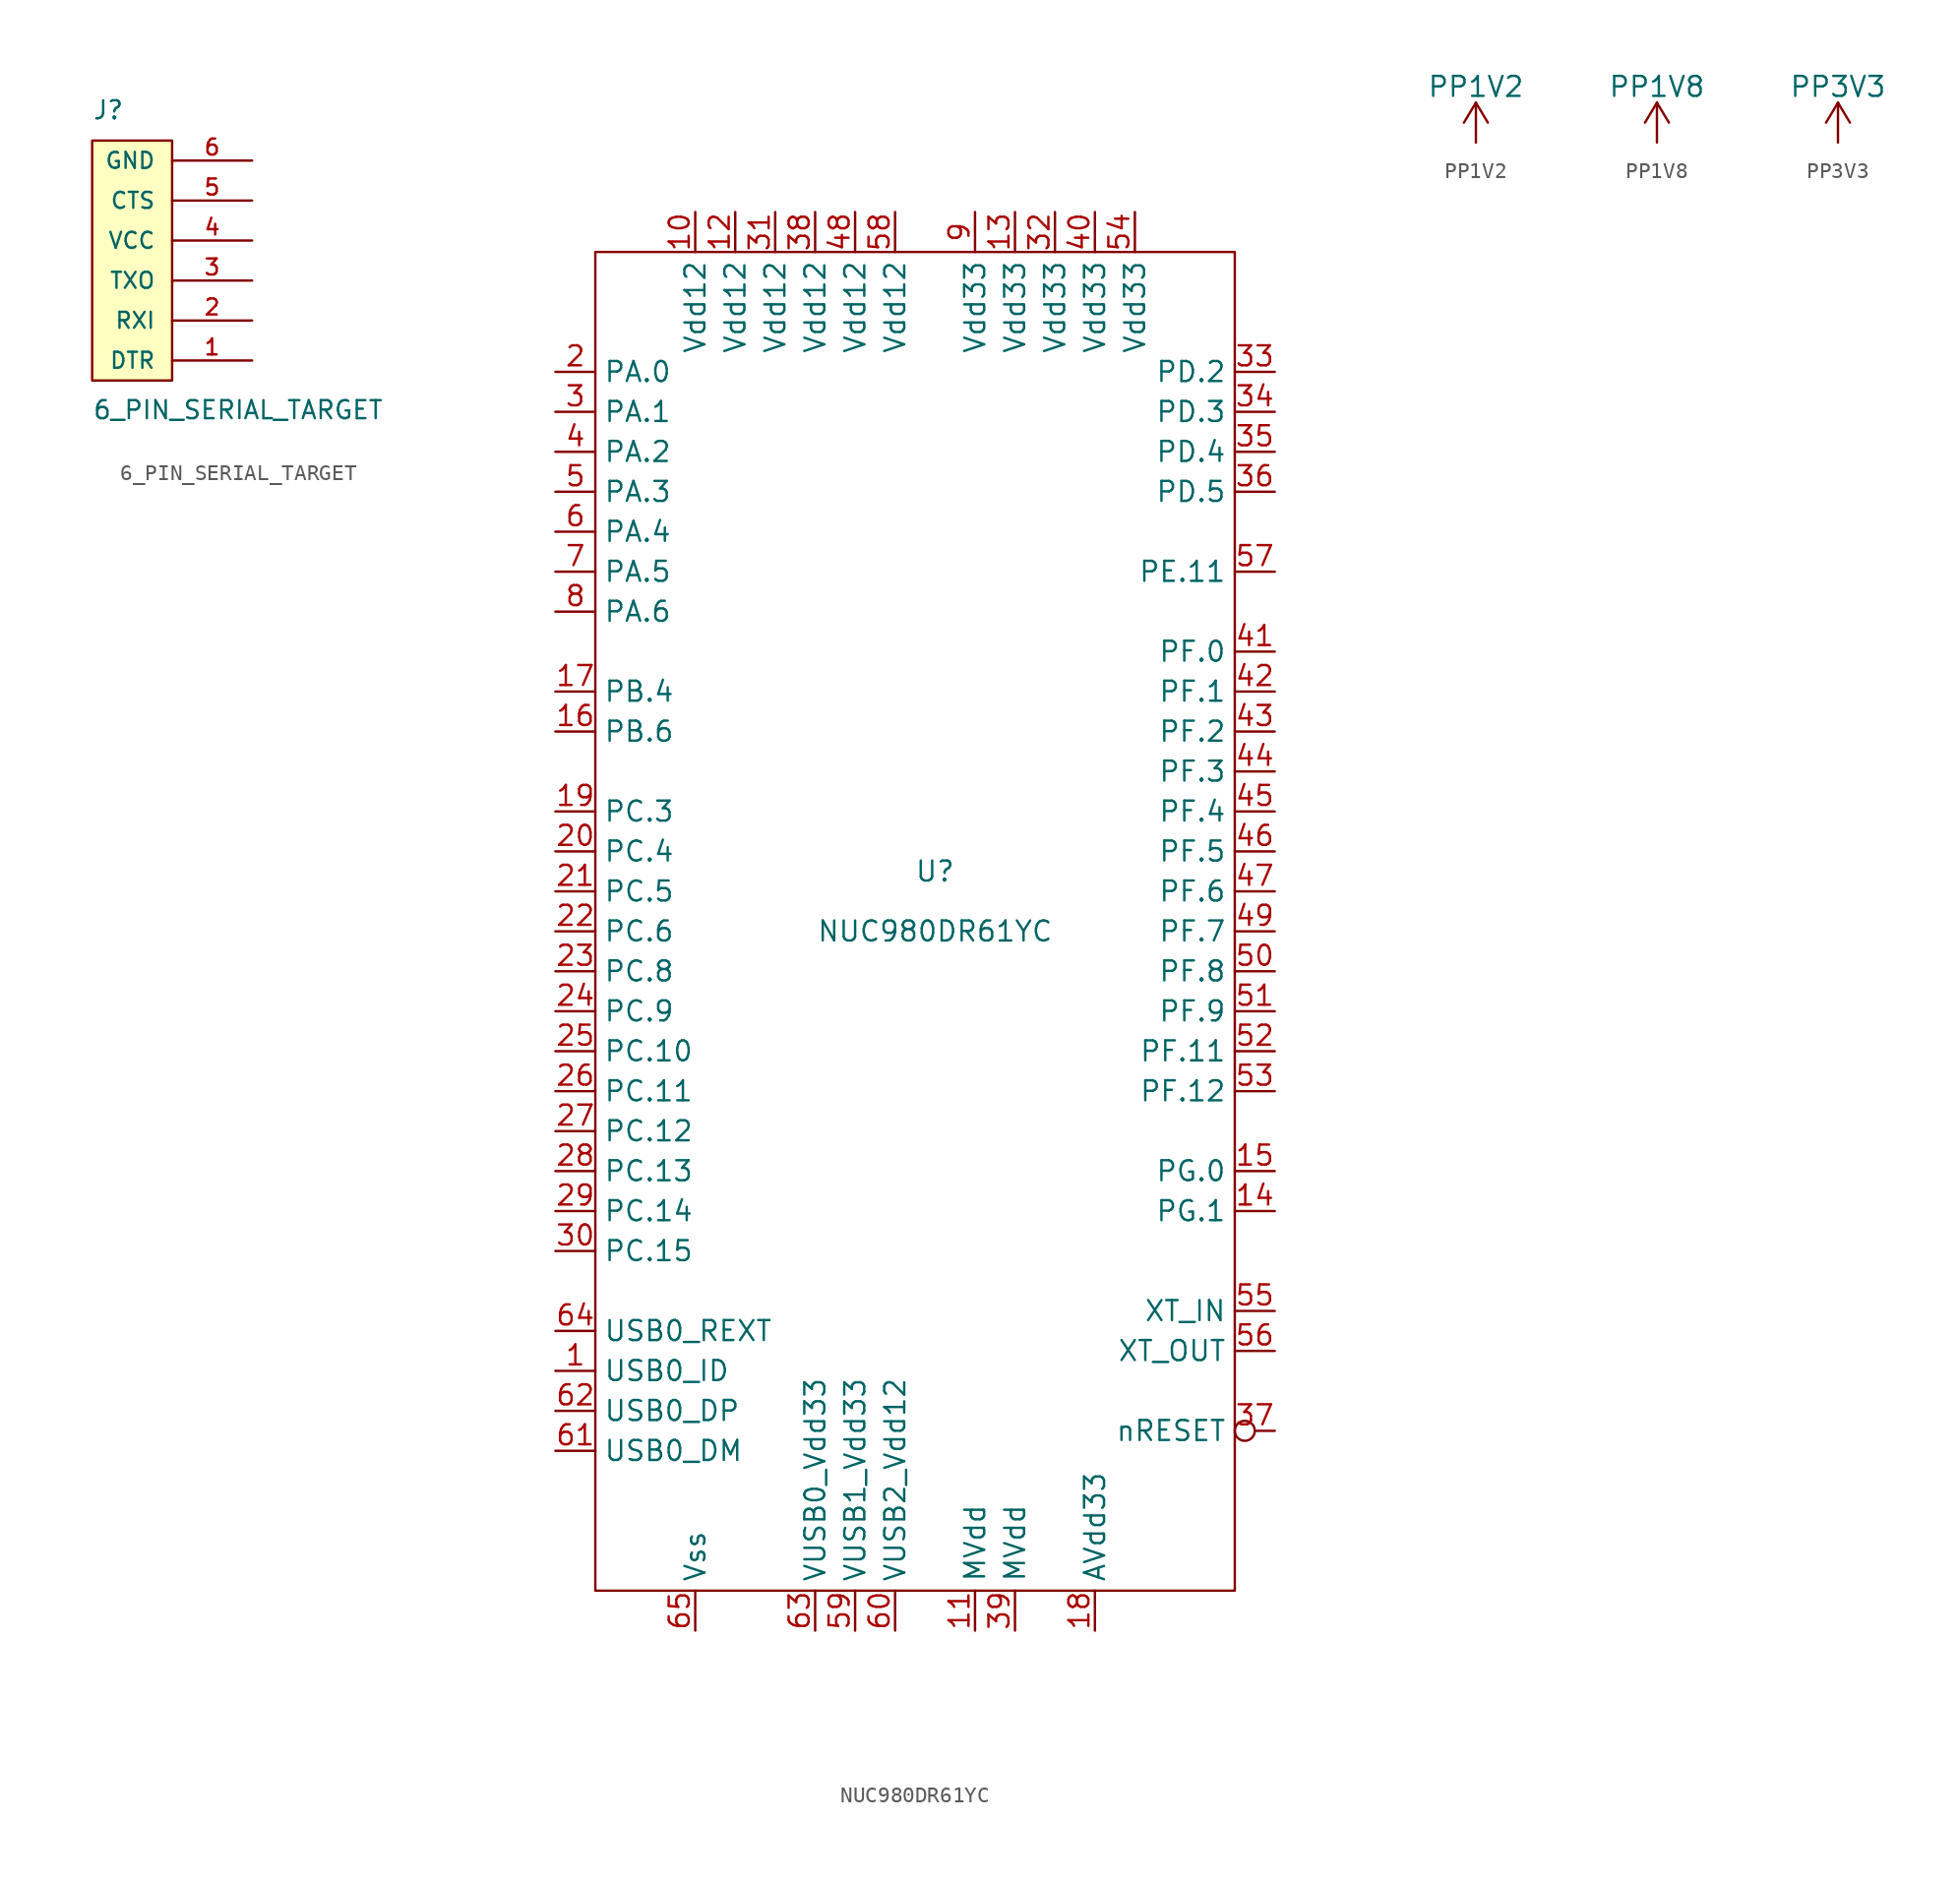
<source format=kicad_sym>
(kicad_symbol_lib
  (version 20210619)
  (generator kicad_symbol_editor)
  (symbol "ohsnap-symbols:6_PIN_SERIAL_TARGET"
    (pin_names
      (offset 1.016))
    (property "Reference" "J"
      (at -5.08 15.24 0)
      (effects (font (size 1.143 1.143)) (justify left bottom)))
    (property "Value" "6_PIN_SERIAL_TARGET"
      (at -5.08 -3.81 0)
      (effects (font (size 1.143 1.143)) (justify left bottom)))
    (symbol "6_PIN_SERIAL_TARGET_0_1"
      (rectangle (start -5.08 13.97) (end 0 -1.27) (stroke (width 0)) (fill (type background))))
    (symbol "6_PIN_SERIAL_TARGET_1_1"
      (pin passive line (at 5.08 0 180) (length 5.08) (name "DTR" (effects (font (size 1.016 1.016)))) (number "1" (effects (font (size 1.016 1.016)))))
      (pin passive line (at 5.08 2.54 180) (length 5.08) (name "RXI" (effects (font (size 1.016 1.016)))) (number "2" (effects (font (size 1.016 1.016)))))
      (pin passive line (at 5.08 5.08 180) (length 5.08) (name "TXO" (effects (font (size 1.016 1.016)))) (number "3" (effects (font (size 1.016 1.016)))))
      (pin passive line (at 5.08 7.62 180) (length 5.08) (name "VCC" (effects (font (size 1.016 1.016)))) (number "4" (effects (font (size 1.016 1.016)))))
      (pin passive line (at 5.08 10.16 180) (length 5.08) (name "CTS" (effects (font (size 1.016 1.016)))) (number "5" (effects (font (size 1.016 1.016)))))
      (pin passive line (at 5.08 12.7 180) (length 5.08) (name "GND" (effects (font (size 1.016 1.016)))) (number "6" (effects (font (size 1.016 1.016)))))))
  (symbol "ohsnap-symbols:NUC980DR61YC"
    (property "Reference" "U"
      (at 0 3.81 0)
      (effects (font (size 1.27 1.27))))
    (property "Value" "NUC980DR61YC"
      (at 0 0 0)
      (effects (font (size 1.27 1.27))))
    (symbol "NUC980DR61YC_0_0"
      (pin input line (at -24.13 -27.94 0) (length 2.54) (name "USB0_ID" (effects (font (size 1.27 1.27)))) (number "1" (effects (font (size 1.27 1.27)))))
      (pin power_in line (at -15.24 45.72 270) (length 2.54) (name "Vdd12" (effects (font (size 1.27 1.27)))) (number "10" (effects (font (size 1.27 1.27)))))
      (pin power_in line (at 2.54 -44.45 90) (length 2.54) (name "MVdd" (effects (font (size 1.27 1.27)))) (number "11" (effects (font (size 1.27 1.27)))))
      (pin power_in line (at -12.7 45.72 270) (length 2.54) (name "Vdd12" (effects (font (size 1.27 1.27)))) (number "12" (effects (font (size 1.27 1.27)))))
      (pin power_in line (at 5.08 45.72 270) (length 2.54) (name "Vdd33" (effects (font (size 1.27 1.27)))) (number "13" (effects (font (size 1.27 1.27)))))
      (pin bidirectional line (at 21.59 -17.78 180) (length 2.54) (name "PG.1" (effects (font (size 1.27 1.27)))) (number "14" (effects (font (size 1.27 1.27)))))
      (pin bidirectional line (at 21.59 -15.24 180) (length 2.54) (name "PG.0" (effects (font (size 1.27 1.27)))) (number "15" (effects (font (size 1.27 1.27)))))
      (pin bidirectional line (at -24.13 12.7 0) (length 2.54) (name "PB.6" (effects (font (size 1.27 1.27)))) (number "16" (effects (font (size 1.27 1.27)))))
      (pin bidirectional line (at -24.13 15.24 0) (length 2.54) (name "PB.4" (effects (font (size 1.27 1.27)))) (number "17" (effects (font (size 1.27 1.27)))))
      (pin power_in line (at 10.16 -44.45 90) (length 2.54) (name "AVdd33" (effects (font (size 1.27 1.27)))) (number "18" (effects (font (size 1.27 1.27)))))
      (pin bidirectional line (at -24.13 7.62 0) (length 2.54) (name "PC.3" (effects (font (size 1.27 1.27)))) (number "19" (effects (font (size 1.27 1.27)))))
      (pin bidirectional line (at -24.13 35.56 0) (length 2.54) (name "PA.0" (effects (font (size 1.27 1.27)))) (number "2" (effects (font (size 1.27 1.27)))))
      (pin bidirectional line (at -24.13 5.08 0) (length 2.54) (name "PC.4" (effects (font (size 1.27 1.27)))) (number "20" (effects (font (size 1.27 1.27)))))
      (pin bidirectional line (at -24.13 2.54 0) (length 2.54) (name "PC.5" (effects (font (size 1.27 1.27)))) (number "21" (effects (font (size 1.27 1.27)))))
      (pin bidirectional line (at -24.13 0 0) (length 2.54) (name "PC.6" (effects (font (size 1.27 1.27)))) (number "22" (effects (font (size 1.27 1.27)))))
      (pin bidirectional line (at -24.13 -2.54 0) (length 2.54) (name "PC.8" (effects (font (size 1.27 1.27)))) (number "23" (effects (font (size 1.27 1.27)))))
      (pin bidirectional line (at -24.13 -5.08 0) (length 2.54) (name "PC.9" (effects (font (size 1.27 1.27)))) (number "24" (effects (font (size 1.27 1.27)))))
      (pin bidirectional line (at -24.13 -7.62 0) (length 2.54) (name "PC.10" (effects (font (size 1.27 1.27)))) (number "25" (effects (font (size 1.27 1.27)))))
      (pin bidirectional line (at -24.13 -10.16 0) (length 2.54) (name "PC.11" (effects (font (size 1.27 1.27)))) (number "26" (effects (font (size 1.27 1.27)))))
      (pin bidirectional line (at -24.13 -12.7 0) (length 2.54) (name "PC.12" (effects (font (size 1.27 1.27)))) (number "27" (effects (font (size 1.27 1.27)))))
      (pin bidirectional line (at -24.13 -15.24 0) (length 2.54) (name "PC.13" (effects (font (size 1.27 1.27)))) (number "28" (effects (font (size 1.27 1.27)))))
      (pin bidirectional line (at -24.13 -17.78 0) (length 2.54) (name "PC.14" (effects (font (size 1.27 1.27)))) (number "29" (effects (font (size 1.27 1.27)))))
      (pin bidirectional line (at -24.13 33.02 0) (length 2.54) (name "PA.1" (effects (font (size 1.27 1.27)))) (number "3" (effects (font (size 1.27 1.27)))))
      (pin bidirectional line (at -24.13 -20.32 0) (length 2.54) (name "PC.15" (effects (font (size 1.27 1.27)))) (number "30" (effects (font (size 1.27 1.27)))))
      (pin power_in line (at -10.16 45.72 270) (length 2.54) (name "Vdd12" (effects (font (size 1.27 1.27)))) (number "31" (effects (font (size 1.27 1.27)))))
      (pin power_in line (at 7.62 45.72 270) (length 2.54) (name "Vdd33" (effects (font (size 1.27 1.27)))) (number "32" (effects (font (size 1.27 1.27)))))
      (pin bidirectional line (at 21.59 35.56 180) (length 2.54) (name "PD.2" (effects (font (size 1.27 1.27)))) (number "33" (effects (font (size 1.27 1.27)))))
      (pin bidirectional line (at 21.59 33.02 180) (length 2.54) (name "PD.3" (effects (font (size 1.27 1.27)))) (number "34" (effects (font (size 1.27 1.27)))))
      (pin bidirectional line (at 21.59 30.48 180) (length 2.54) (name "PD.4" (effects (font (size 1.27 1.27)))) (number "35" (effects (font (size 1.27 1.27)))))
      (pin bidirectional line (at 21.59 27.94 180) (length 2.54) (name "PD.5" (effects (font (size 1.27 1.27)))) (number "36" (effects (font (size 1.27 1.27)))))
      (pin input inverted (at 21.59 -31.75 180) (length 2.54) (name "nRESET" (effects (font (size 1.27 1.27)))) (number "37" (effects (font (size 1.27 1.27)))))
      (pin power_in line (at -7.62 45.72 270) (length 2.54) (name "Vdd12" (effects (font (size 1.27 1.27)))) (number "38" (effects (font (size 1.27 1.27)))))
      (pin power_in line (at 5.08 -44.45 90) (length 2.54) (name "MVdd" (effects (font (size 1.27 1.27)))) (number "39" (effects (font (size 1.27 1.27)))))
      (pin bidirectional line (at -24.13 30.48 0) (length 2.54) (name "PA.2" (effects (font (size 1.27 1.27)))) (number "4" (effects (font (size 1.27 1.27)))))
      (pin power_in line (at 10.16 45.72 270) (length 2.54) (name "Vdd33" (effects (font (size 1.27 1.27)))) (number "40" (effects (font (size 1.27 1.27)))))
      (pin bidirectional line (at 21.59 17.78 180) (length 2.54) (name "PF.0" (effects (font (size 1.27 1.27)))) (number "41" (effects (font (size 1.27 1.27)))))
      (pin bidirectional line (at 21.59 15.24 180) (length 2.54) (name "PF.1" (effects (font (size 1.27 1.27)))) (number "42" (effects (font (size 1.27 1.27)))))
      (pin bidirectional line (at 21.59 12.7 180) (length 2.54) (name "PF.2" (effects (font (size 1.27 1.27)))) (number "43" (effects (font (size 1.27 1.27)))))
      (pin bidirectional line (at 21.59 10.16 180) (length 2.54) (name "PF.3" (effects (font (size 1.27 1.27)))) (number "44" (effects (font (size 1.27 1.27)))))
      (pin bidirectional line (at 21.59 7.62 180) (length 2.54) (name "PF.4" (effects (font (size 1.27 1.27)))) (number "45" (effects (font (size 1.27 1.27)))))
      (pin bidirectional line (at 21.59 5.08 180) (length 2.54) (name "PF.5" (effects (font (size 1.27 1.27)))) (number "46" (effects (font (size 1.27 1.27)))))
      (pin bidirectional line (at 21.59 2.54 180) (length 2.54) (name "PF.6" (effects (font (size 1.27 1.27)))) (number "47" (effects (font (size 1.27 1.27)))))
      (pin power_in line (at -5.08 45.72 270) (length 2.54) (name "Vdd12" (effects (font (size 1.27 1.27)))) (number "48" (effects (font (size 1.27 1.27)))))
      (pin bidirectional line (at 21.59 0 180) (length 2.54) (name "PF.7" (effects (font (size 1.27 1.27)))) (number "49" (effects (font (size 1.27 1.27)))))
      (pin bidirectional line (at -24.13 27.94 0) (length 2.54) (name "PA.3" (effects (font (size 1.27 1.27)))) (number "5" (effects (font (size 1.27 1.27)))))
      (pin bidirectional line (at 21.59 -2.54 180) (length 2.54) (name "PF.8" (effects (font (size 1.27 1.27)))) (number "50" (effects (font (size 1.27 1.27)))))
      (pin bidirectional line (at 21.59 -5.08 180) (length 2.54) (name "PF.9" (effects (font (size 1.27 1.27)))) (number "51" (effects (font (size 1.27 1.27)))))
      (pin bidirectional line (at 21.59 -7.62 180) (length 2.54) (name "PF.11" (effects (font (size 1.27 1.27)))) (number "52" (effects (font (size 1.27 1.27)))))
      (pin bidirectional line (at 21.59 -10.16 180) (length 2.54) (name "PF.12" (effects (font (size 1.27 1.27)))) (number "53" (effects (font (size 1.27 1.27)))))
      (pin power_in line (at 12.7 45.72 270) (length 2.54) (name "Vdd33" (effects (font (size 1.27 1.27)))) (number "54" (effects (font (size 1.27 1.27)))))
      (pin input line (at 21.59 -24.13 180) (length 2.54) (name "XT_IN" (effects (font (size 1.27 1.27)))) (number "55" (effects (font (size 1.27 1.27)))))
      (pin output line (at 21.59 -26.67 180) (length 2.54) (name "XT_OUT" (effects (font (size 1.27 1.27)))) (number "56" (effects (font (size 1.27 1.27)))))
      (pin bidirectional line (at 21.59 22.86 180) (length 2.54) (name "PE.11" (effects (font (size 1.27 1.27)))) (number "57" (effects (font (size 1.27 1.27)))))
      (pin power_in line (at -2.54 45.72 270) (length 2.54) (name "Vdd12" (effects (font (size 1.27 1.27)))) (number "58" (effects (font (size 1.27 1.27)))))
      (pin power_in line (at -5.08 -44.45 90) (length 2.54) (name "VUSB1_Vdd33" (effects (font (size 1.27 1.27)))) (number "59" (effects (font (size 1.27 1.27)))))
      (pin bidirectional line (at -24.13 25.4 0) (length 2.54) (name "PA.4" (effects (font (size 1.27 1.27)))) (number "6" (effects (font (size 1.27 1.27)))))
      (pin power_in line (at -2.54 -44.45 90) (length 2.54) (name "VUSB2_Vdd12" (effects (font (size 1.27 1.27)))) (number "60" (effects (font (size 1.27 1.27)))))
      (pin bidirectional line (at -24.13 -33.02 0) (length 2.54) (name "USB0_DM" (effects (font (size 1.27 1.27)))) (number "61" (effects (font (size 1.27 1.27)))))
      (pin bidirectional line (at -24.13 -30.48 0) (length 2.54) (name "USB0_DP" (effects (font (size 1.27 1.27)))) (number "62" (effects (font (size 1.27 1.27)))))
      (pin power_in line (at -7.62 -44.45 90) (length 2.54) (name "VUSB0_Vdd33" (effects (font (size 1.27 1.27)))) (number "63" (effects (font (size 1.27 1.27)))))
      (pin bidirectional line (at -24.13 -25.4 0) (length 2.54) (name "USB0_REXT" (effects (font (size 1.27 1.27)))) (number "64" (effects (font (size 1.27 1.27)))))
      (pin power_in line (at -15.24 -44.45 90) (length 2.54) (name "Vss" (effects (font (size 1.27 1.27)))) (number "65" (effects (font (size 1.27 1.27)))))
      (pin bidirectional line (at -24.13 22.86 0) (length 2.54) (name "PA.5" (effects (font (size 1.27 1.27)))) (number "7" (effects (font (size 1.27 1.27)))))
      (pin bidirectional line (at -24.13 20.32 0) (length 2.54) (name "PA.6" (effects (font (size 1.27 1.27)))) (number "8" (effects (font (size 1.27 1.27)))))
      (pin power_in line (at 2.54 45.72 270) (length 2.54) (name "Vdd33" (effects (font (size 1.27 1.27)))) (number "9" (effects (font (size 1.27 1.27))))))
    (symbol "NUC980DR61YC_0_1"
      (rectangle (start -21.59 43.18) (end 19.05 -41.91) (stroke (width 0.152)) (fill (type none)))))
  (symbol "ohsnap-symbols:PP1V2"
    (power)
    (pin_names
      (offset 0))
    (property "Reference" "#PWR"
      (at 0 -3.81 0)
      (effects (font (size 1.27 1.27)) hide))
    (property "Value" "PP1V2"
      (at 0 3.556 0)
      (effects (font (size 1.27 1.27))))
    (symbol "PP1V2_0_1"
      (polyline (pts (xy -0.762 1.27) (xy 0 2.54)) (stroke (width 0)) (fill (type none)))
      (polyline (pts (xy 0 0) (xy 0 2.54)) (stroke (width 0)) (fill (type none)))
      (polyline (pts (xy 0 2.54) (xy 0.762 1.27)) (stroke (width 0)) (fill (type none))))
    (symbol "PP1V2_1_1"
      (pin power_in line (at 0 0 90) (length 0) hide (name "+1V2" (effects (font (size 1.27 1.27)))) (number "1" (effects (font (size 1.27 1.27)))))))
  (symbol "ohsnap-symbols:PP1V8"
    (power)
    (pin_names
      (offset 0))
    (property "Reference" "#PWR"
      (at 0 -3.81 0)
      (effects (font (size 1.27 1.27)) hide))
    (property "Value" "PP1V8"
      (at 0 3.556 0)
      (effects (font (size 1.27 1.27))))
    (symbol "PP1V8_0_1"
      (polyline (pts (xy -0.762 1.27) (xy 0 2.54)) (stroke (width 0)) (fill (type none)))
      (polyline (pts (xy 0 0) (xy 0 2.54)) (stroke (width 0)) (fill (type none)))
      (polyline (pts (xy 0 2.54) (xy 0.762 1.27)) (stroke (width 0)) (fill (type none))))
    (symbol "PP1V8_1_1"
      (pin power_in line (at 0 0 90) (length 0) hide (name "+1V8" (effects (font (size 1.27 1.27)))) (number "1" (effects (font (size 1.27 1.27)))))))
  (symbol "ohsnap-symbols:PP3V3"
    (power)
    (pin_names
      (offset 0))
    (property "Reference" "#PWR"
      (at 0 -3.81 0)
      (effects (font (size 1.27 1.27)) hide))
    (property "Value" "PP3V3"
      (at 0 3.556 0)
      (effects (font (size 1.27 1.27))))
    (symbol "PP3V3_0_1"
      (polyline (pts (xy -0.762 1.27) (xy 0 2.54)) (stroke (width 0)) (fill (type none)))
      (polyline (pts (xy 0 0) (xy 0 2.54)) (stroke (width 0)) (fill (type none)))
      (polyline (pts (xy 0 2.54) (xy 0.762 1.27)) (stroke (width 0)) (fill (type none))))
    (symbol "PP3V3_1_1"
      (pin power_in line (at 0 0 90) (length 0) hide (name "+3V3" (effects (font (size 1.27 1.27)))) (number "1" (effects (font (size 1.27 1.27))))))))
</source>
